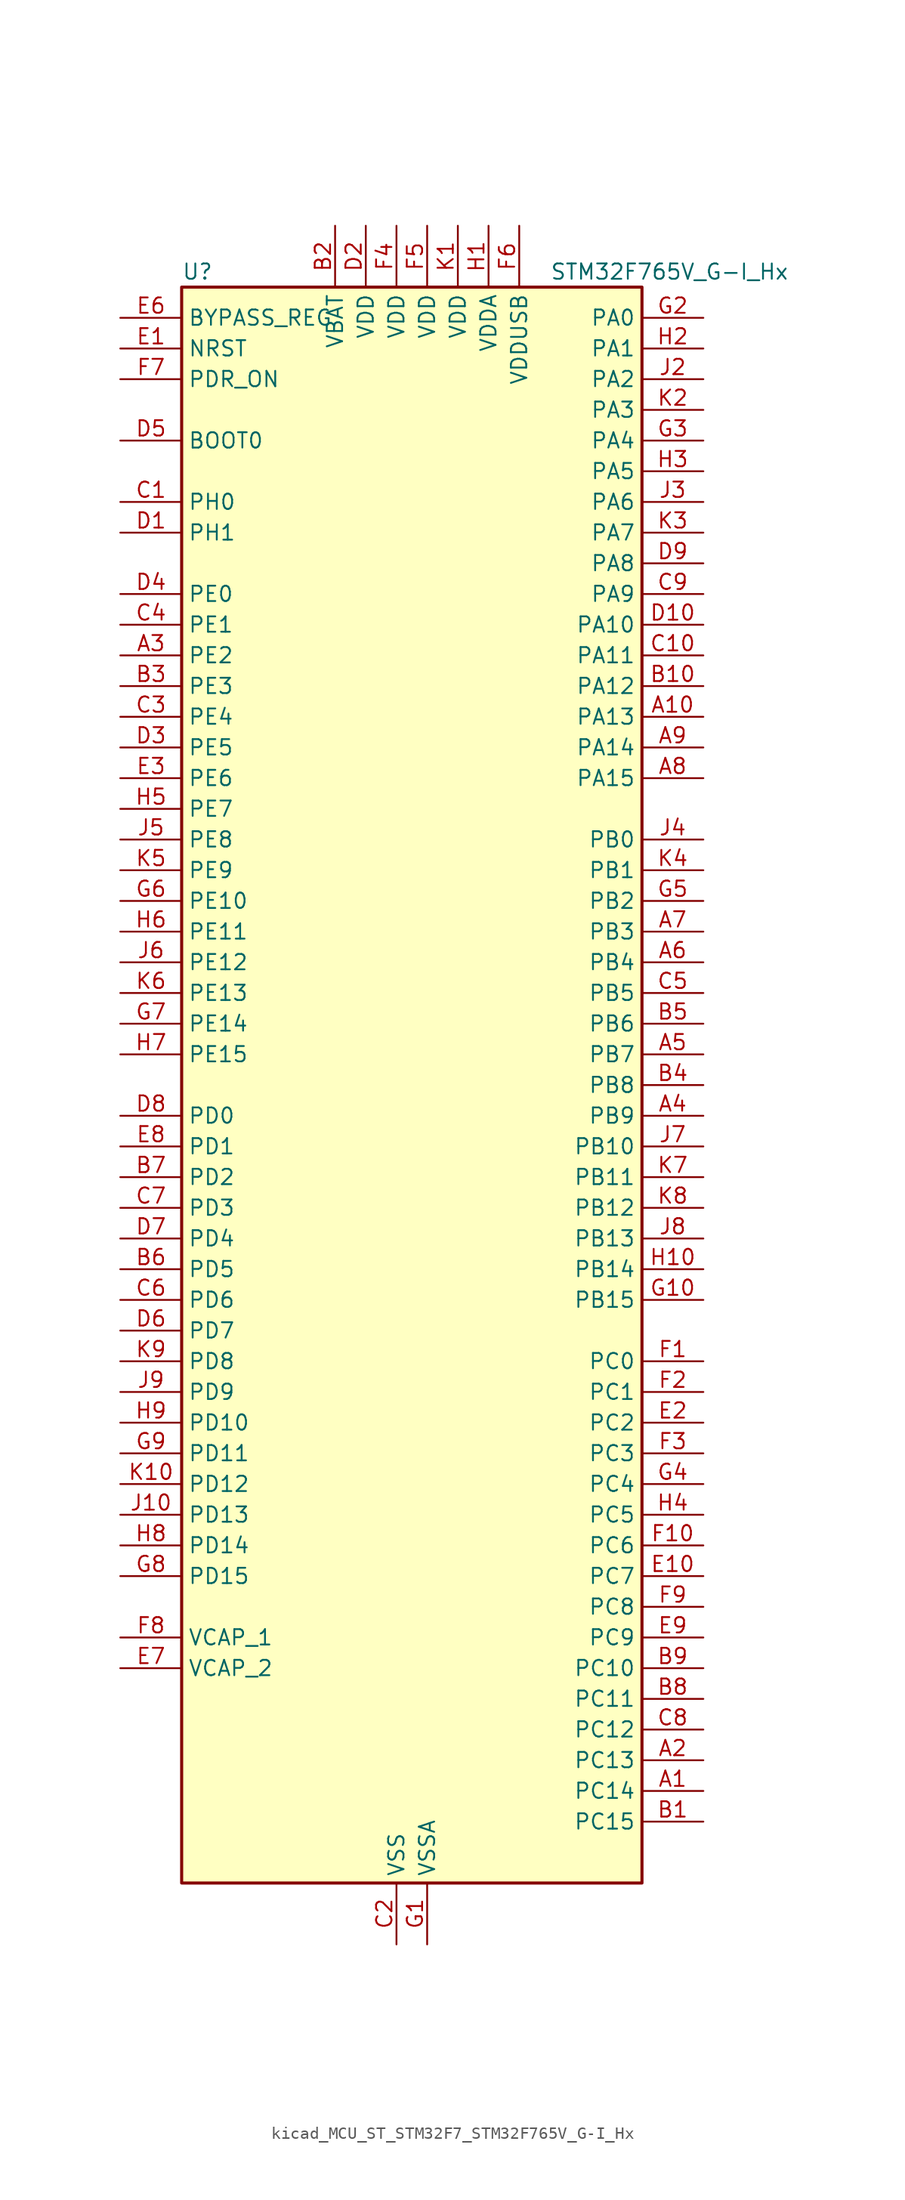
<source format=kicad_sym>
(kicad_symbol_lib
  (version 20220914)
  (generator kicad_symbol_editor)
  (symbol "kicad_MCU_ST_STM32F7_STM32F765V_G-I_Hx"
    (property "Reference" "U"
      (at -17.78 67.31 0)
      (effects (font (size 1.27 1.27)) (justify left)))
    (property "Value" "STM32F765V_G-I_Hx"
      (at 12.7 67.31 0)
      (effects (font (size 1.27 1.27)) (justify left)))
    (property "ki_locked" ""
      (at 0 0 0)
      (effects (font (size 1.27 1.27))))
    (symbol "kicad_MCU_ST_STM32F7_STM32F765V_G-I_Hx_0_1"
      (rectangle (start -17.78 -66.04) (end 20.32 66.04) (stroke (width 0.254) (type default)) (fill (type background))))
    (symbol "kicad_MCU_ST_STM32F7_STM32F765V_G-I_Hx_1_1"
      (pin bidirectional line (at 25.4 -58.42 180) (length 5.08) (name "PC14" (effects (font (size 1.27 1.27)))) (number "A1" (effects (font (size 1.27 1.27)))) (alternate "RCC_OSC32_IN" bidirectional line))
      (pin bidirectional line (at 25.4 30.48 180) (length 5.08) (name "PA13" (effects (font (size 1.27 1.27)))) (number "A10" (effects (font (size 1.27 1.27)))) (alternate "SYS_JTMS-SWDIO" bidirectional line))
      (pin bidirectional line (at 25.4 -55.88 180) (length 5.08) (name "PC13" (effects (font (size 1.27 1.27)))) (number "A2" (effects (font (size 1.27 1.27)))) (alternate "RTC_OUT" bidirectional line) (alternate "RTC_TAMP1" bidirectional line) (alternate "RTC_TS" bidirectional line) (alternate "SYS_WKUP4" bidirectional line))
      (pin bidirectional line (at -22.86 35.56 0) (length 5.08) (name "PE2" (effects (font (size 1.27 1.27)))) (number "A3" (effects (font (size 1.27 1.27)))) (alternate "ETH_TXD3" bidirectional line) (alternate "FMC_A23" bidirectional line) (alternate "QUADSPI_BK1_IO2" bidirectional line) (alternate "SAI1_MCLK_A" bidirectional line) (alternate "SPI4_SCK" bidirectional line) (alternate "SYS_TRACECLK" bidirectional line))
      (pin bidirectional line (at 25.4 -2.54 180) (length 5.08) (name "PB9" (effects (font (size 1.27 1.27)))) (number "A4" (effects (font (size 1.27 1.27)))) (alternate "CAN1_TX" bidirectional line) (alternate "DAC_EXTI9" bidirectional line) (alternate "DCMI_D7" bidirectional line) (alternate "DFSDM1_DATIN7" bidirectional line) (alternate "I2C1_SDA" bidirectional line) (alternate "I2C4_SDA" bidirectional line) (alternate "I2C4_SMBA" bidirectional line) (alternate "I2S2_WS" bidirectional line) (alternate "SDMMC1_D5" bidirectional line) (alternate "SDMMC2_D5" bidirectional line) (alternate "SPI2_NSS" bidirectional line) (alternate "TIM11_CH1" bidirectional line) (alternate "TIM4_CH4" bidirectional line) (alternate "UART5_TX" bidirectional line))
      (pin bidirectional line (at 25.4 2.54 180) (length 5.08) (name "PB7" (effects (font (size 1.27 1.27)))) (number "A5" (effects (font (size 1.27 1.27)))) (alternate "DCMI_VSYNC" bidirectional line) (alternate "DFSDM1_CKIN5" bidirectional line) (alternate "FMC_NL" bidirectional line) (alternate "I2C1_SDA" bidirectional line) (alternate "I2C4_SDA" bidirectional line) (alternate "TIM4_CH2" bidirectional line) (alternate "USART1_RX" bidirectional line))
      (pin bidirectional line (at 25.4 10.16 180) (length 5.08) (name "PB4" (effects (font (size 1.27 1.27)))) (number "A6" (effects (font (size 1.27 1.27)))) (alternate "CAN3_TX" bidirectional line) (alternate "I2S2_WS" bidirectional line) (alternate "SDMMC2_D3" bidirectional line) (alternate "SPI1_MISO" bidirectional line) (alternate "SPI2_NSS" bidirectional line) (alternate "SPI3_MISO" bidirectional line) (alternate "SPI6_MISO" bidirectional line) (alternate "SYS_JTRST" bidirectional line) (alternate "TIM3_CH1" bidirectional line) (alternate "UART7_TX" bidirectional line))
      (pin bidirectional line (at 25.4 12.7 180) (length 5.08) (name "PB3" (effects (font (size 1.27 1.27)))) (number "A7" (effects (font (size 1.27 1.27)))) (alternate "CAN3_RX" bidirectional line) (alternate "I2S1_CK" bidirectional line) (alternate "I2S3_CK" bidirectional line) (alternate "SDMMC2_D2" bidirectional line) (alternate "SPI1_SCK" bidirectional line) (alternate "SPI3_SCK" bidirectional line) (alternate "SPI6_SCK" bidirectional line) (alternate "SYS_JTDO-SWO" bidirectional line) (alternate "TIM2_CH2" bidirectional line) (alternate "UART7_RX" bidirectional line))
      (pin bidirectional line (at 25.4 25.4 180) (length 5.08) (name "PA15" (effects (font (size 1.27 1.27)))) (number "A8" (effects (font (size 1.27 1.27)))) (alternate "CAN3_TX" bidirectional line) (alternate "CEC" bidirectional line) (alternate "I2S1_WS" bidirectional line) (alternate "I2S3_WS" bidirectional line) (alternate "SPI1_NSS" bidirectional line) (alternate "SPI3_NSS" bidirectional line) (alternate "SPI6_NSS" bidirectional line) (alternate "SYS_JTDI" bidirectional line) (alternate "TIM2_CH1" bidirectional line) (alternate "TIM2_ETR" bidirectional line) (alternate "UART4_DE" bidirectional line) (alternate "UART4_RTS" bidirectional line) (alternate "UART7_TX" bidirectional line))
      (pin bidirectional line (at 25.4 27.94 180) (length 5.08) (name "PA14" (effects (font (size 1.27 1.27)))) (number "A9" (effects (font (size 1.27 1.27)))) (alternate "SYS_JTCK-SWCLK" bidirectional line))
      (pin bidirectional line (at 25.4 -60.96 180) (length 5.08) (name "PC15" (effects (font (size 1.27 1.27)))) (number "B1" (effects (font (size 1.27 1.27)))) (alternate "RCC_OSC32_OUT" bidirectional line))
      (pin bidirectional line (at 25.4 33.02 180) (length 5.08) (name "PA12" (effects (font (size 1.27 1.27)))) (number "B10" (effects (font (size 1.27 1.27)))) (alternate "CAN1_TX" bidirectional line) (alternate "I2S2_CK" bidirectional line) (alternate "SAI2_FS_B" bidirectional line) (alternate "SPI2_SCK" bidirectional line) (alternate "TIM1_ETR" bidirectional line) (alternate "UART4_TX" bidirectional line) (alternate "USART1_DE" bidirectional line) (alternate "USART1_RTS" bidirectional line) (alternate "USB_OTG_FS_DP" bidirectional line))
      (pin power_in line (at -5.08 71.12 270) (length 5.08) (name "VBAT" (effects (font (size 1.27 1.27)))) (number "B2" (effects (font (size 1.27 1.27)))))
      (pin bidirectional line (at -22.86 33.02 0) (length 5.08) (name "PE3" (effects (font (size 1.27 1.27)))) (number "B3" (effects (font (size 1.27 1.27)))) (alternate "FMC_A19" bidirectional line) (alternate "SAI1_SD_B" bidirectional line) (alternate "SYS_TRACED0" bidirectional line))
      (pin bidirectional line (at 25.4 0 180) (length 5.08) (name "PB8" (effects (font (size 1.27 1.27)))) (number "B4" (effects (font (size 1.27 1.27)))) (alternate "CAN1_RX" bidirectional line) (alternate "DCMI_D6" bidirectional line) (alternate "DFSDM1_CKIN7" bidirectional line) (alternate "ETH_TXD3" bidirectional line) (alternate "I2C1_SCL" bidirectional line) (alternate "I2C4_SCL" bidirectional line) (alternate "SDMMC1_D4" bidirectional line) (alternate "SDMMC2_D4" bidirectional line) (alternate "TIM10_CH1" bidirectional line) (alternate "TIM4_CH3" bidirectional line) (alternate "UART5_RX" bidirectional line))
      (pin bidirectional line (at 25.4 5.08 180) (length 5.08) (name "PB6" (effects (font (size 1.27 1.27)))) (number "B5" (effects (font (size 1.27 1.27)))) (alternate "CAN2_TX" bidirectional line) (alternate "CEC" bidirectional line) (alternate "DCMI_D5" bidirectional line) (alternate "DFSDM1_DATIN5" bidirectional line) (alternate "FMC_SDNE1" bidirectional line) (alternate "I2C1_SCL" bidirectional line) (alternate "I2C4_SCL" bidirectional line) (alternate "QUADSPI_BK1_NCS" bidirectional line) (alternate "TIM4_CH1" bidirectional line) (alternate "UART5_TX" bidirectional line) (alternate "USART1_TX" bidirectional line))
      (pin bidirectional line (at -22.86 -15.24 0) (length 5.08) (name "PD5" (effects (font (size 1.27 1.27)))) (number "B6" (effects (font (size 1.27 1.27)))) (alternate "FMC_NWE" bidirectional line) (alternate "USART2_TX" bidirectional line))
      (pin bidirectional line (at -22.86 -7.62 0) (length 5.08) (name "PD2" (effects (font (size 1.27 1.27)))) (number "B7" (effects (font (size 1.27 1.27)))) (alternate "DCMI_D11" bidirectional line) (alternate "SDMMC1_CMD" bidirectional line) (alternate "SYS_TRACED2" bidirectional line) (alternate "TIM3_ETR" bidirectional line) (alternate "UART5_RX" bidirectional line))
      (pin bidirectional line (at 25.4 -50.8 180) (length 5.08) (name "PC11" (effects (font (size 1.27 1.27)))) (number "B8" (effects (font (size 1.27 1.27)))) (alternate "ADC1_EXTI11" bidirectional line) (alternate "ADC2_EXTI11" bidirectional line) (alternate "ADC3_EXTI11" bidirectional line) (alternate "DCMI_D4" bidirectional line) (alternate "DFSDM1_DATIN5" bidirectional line) (alternate "QUADSPI_BK2_NCS" bidirectional line) (alternate "SDMMC1_D3" bidirectional line) (alternate "SPI3_MISO" bidirectional line) (alternate "UART4_RX" bidirectional line) (alternate "USART3_RX" bidirectional line))
      (pin bidirectional line (at 25.4 -48.26 180) (length 5.08) (name "PC10" (effects (font (size 1.27 1.27)))) (number "B9" (effects (font (size 1.27 1.27)))) (alternate "DCMI_D8" bidirectional line) (alternate "DFSDM1_CKIN5" bidirectional line) (alternate "I2S3_CK" bidirectional line) (alternate "QUADSPI_BK1_IO1" bidirectional line) (alternate "SDMMC1_D2" bidirectional line) (alternate "SPI3_SCK" bidirectional line) (alternate "UART4_TX" bidirectional line) (alternate "USART3_TX" bidirectional line))
      (pin bidirectional line (at -22.86 48.26 0) (length 5.08) (name "PH0" (effects (font (size 1.27 1.27)))) (number "C1" (effects (font (size 1.27 1.27)))) (alternate "RCC_OSC_IN" bidirectional line))
      (pin bidirectional line (at 25.4 35.56 180) (length 5.08) (name "PA11" (effects (font (size 1.27 1.27)))) (number "C10" (effects (font (size 1.27 1.27)))) (alternate "ADC1_EXTI11" bidirectional line) (alternate "ADC2_EXTI11" bidirectional line) (alternate "ADC3_EXTI11" bidirectional line) (alternate "CAN1_RX" bidirectional line) (alternate "I2S2_WS" bidirectional line) (alternate "SPI2_NSS" bidirectional line) (alternate "TIM1_CH4" bidirectional line) (alternate "UART4_RX" bidirectional line) (alternate "USART1_CTS" bidirectional line) (alternate "USB_OTG_FS_DM" bidirectional line))
      (pin power_in line (at 0 -71.12 90) (length 5.08) (name "VSS" (effects (font (size 1.27 1.27)))) (number "C2" (effects (font (size 1.27 1.27)))))
      (pin bidirectional line (at -22.86 30.48 0) (length 5.08) (name "PE4" (effects (font (size 1.27 1.27)))) (number "C3" (effects (font (size 1.27 1.27)))) (alternate "DCMI_D4" bidirectional line) (alternate "DFSDM1_DATIN3" bidirectional line) (alternate "FMC_A20" bidirectional line) (alternate "SAI1_FS_A" bidirectional line) (alternate "SPI4_NSS" bidirectional line) (alternate "SYS_TRACED1" bidirectional line))
      (pin bidirectional line (at -22.86 38.1 0) (length 5.08) (name "PE1" (effects (font (size 1.27 1.27)))) (number "C4" (effects (font (size 1.27 1.27)))) (alternate "DCMI_D3" bidirectional line) (alternate "FMC_NBL1" bidirectional line) (alternate "LPTIM1_IN2" bidirectional line) (alternate "UART8_TX" bidirectional line))
      (pin bidirectional line (at 25.4 7.62 180) (length 5.08) (name "PB5" (effects (font (size 1.27 1.27)))) (number "C5" (effects (font (size 1.27 1.27)))) (alternate "CAN2_RX" bidirectional line) (alternate "DCMI_D10" bidirectional line) (alternate "ETH_PPS_OUT" bidirectional line) (alternate "FMC_SDCKE1" bidirectional line) (alternate "I2C1_SMBA" bidirectional line) (alternate "I2S1_SD" bidirectional line) (alternate "I2S3_SD" bidirectional line) (alternate "SPI1_MOSI" bidirectional line) (alternate "SPI3_MOSI" bidirectional line) (alternate "SPI6_MOSI" bidirectional line) (alternate "TIM3_CH2" bidirectional line) (alternate "UART5_RX" bidirectional line) (alternate "USB_OTG_HS_ULPI_D7" bidirectional line))
      (pin bidirectional line (at -22.86 -17.78 0) (length 5.08) (name "PD6" (effects (font (size 1.27 1.27)))) (number "C6" (effects (font (size 1.27 1.27)))) (alternate "DCMI_D10" bidirectional line) (alternate "DFSDM1_CKIN4" bidirectional line) (alternate "DFSDM1_DATIN1" bidirectional line) (alternate "FMC_NWAIT" bidirectional line) (alternate "I2S3_SD" bidirectional line) (alternate "SAI1_SD_A" bidirectional line) (alternate "SDMMC2_CK" bidirectional line) (alternate "SPI3_MOSI" bidirectional line) (alternate "USART2_RX" bidirectional line))
      (pin bidirectional line (at -22.86 -10.16 0) (length 5.08) (name "PD3" (effects (font (size 1.27 1.27)))) (number "C7" (effects (font (size 1.27 1.27)))) (alternate "DCMI_D5" bidirectional line) (alternate "DFSDM1_CKOUT" bidirectional line) (alternate "DFSDM1_DATIN0" bidirectional line) (alternate "FMC_CLK" bidirectional line) (alternate "I2S2_CK" bidirectional line) (alternate "SPI2_SCK" bidirectional line) (alternate "USART2_CTS" bidirectional line))
      (pin bidirectional line (at 25.4 -53.34 180) (length 5.08) (name "PC12" (effects (font (size 1.27 1.27)))) (number "C8" (effects (font (size 1.27 1.27)))) (alternate "DCMI_D9" bidirectional line) (alternate "I2S3_SD" bidirectional line) (alternate "SDMMC1_CK" bidirectional line) (alternate "SPI3_MOSI" bidirectional line) (alternate "SYS_TRACED3" bidirectional line) (alternate "UART5_TX" bidirectional line) (alternate "USART3_CK" bidirectional line))
      (pin bidirectional line (at 25.4 40.64 180) (length 5.08) (name "PA9" (effects (font (size 1.27 1.27)))) (number "C9" (effects (font (size 1.27 1.27)))) (alternate "DAC_EXTI9" bidirectional line) (alternate "DCMI_D0" bidirectional line) (alternate "I2C3_SMBA" bidirectional line) (alternate "I2S2_CK" bidirectional line) (alternate "SPI2_SCK" bidirectional line) (alternate "TIM1_CH2" bidirectional line) (alternate "USART1_TX" bidirectional line) (alternate "USB_OTG_FS_VBUS" bidirectional line))
      (pin bidirectional line (at -22.86 45.72 0) (length 5.08) (name "PH1" (effects (font (size 1.27 1.27)))) (number "D1" (effects (font (size 1.27 1.27)))) (alternate "RCC_OSC_OUT" bidirectional line))
      (pin bidirectional line (at 25.4 38.1 180) (length 5.08) (name "PA10" (effects (font (size 1.27 1.27)))) (number "D10" (effects (font (size 1.27 1.27)))) (alternate "DCMI_D1" bidirectional line) (alternate "MDIOS_MDIO" bidirectional line) (alternate "TIM1_CH3" bidirectional line) (alternate "USART1_RX" bidirectional line) (alternate "USB_OTG_FS_ID" bidirectional line))
      (pin power_in line (at -2.54 71.12 270) (length 5.08) (name "VDD" (effects (font (size 1.27 1.27)))) (number "D2" (effects (font (size 1.27 1.27)))))
      (pin bidirectional line (at -22.86 27.94 0) (length 5.08) (name "PE5" (effects (font (size 1.27 1.27)))) (number "D3" (effects (font (size 1.27 1.27)))) (alternate "DCMI_D6" bidirectional line) (alternate "DFSDM1_CKIN3" bidirectional line) (alternate "FMC_A21" bidirectional line) (alternate "SAI1_SCK_A" bidirectional line) (alternate "SPI4_MISO" bidirectional line) (alternate "SYS_TRACED2" bidirectional line) (alternate "TIM9_CH1" bidirectional line))
      (pin bidirectional line (at -22.86 40.64 0) (length 5.08) (name "PE0" (effects (font (size 1.27 1.27)))) (number "D4" (effects (font (size 1.27 1.27)))) (alternate "DCMI_D2" bidirectional line) (alternate "FMC_NBL0" bidirectional line) (alternate "LPTIM1_ETR" bidirectional line) (alternate "SAI2_MCLK_A" bidirectional line) (alternate "TIM4_ETR" bidirectional line) (alternate "UART8_RX" bidirectional line))
      (pin input line (at -22.86 53.34 0) (length 5.08) (name "BOOT0" (effects (font (size 1.27 1.27)))) (number "D5" (effects (font (size 1.27 1.27)))))
      (pin bidirectional line (at -22.86 -20.32 0) (length 5.08) (name "PD7" (effects (font (size 1.27 1.27)))) (number "D6" (effects (font (size 1.27 1.27)))) (alternate "DFSDM1_CKIN1" bidirectional line) (alternate "DFSDM1_DATIN4" bidirectional line) (alternate "FMC_NE1" bidirectional line) (alternate "I2S1_SD" bidirectional line) (alternate "SDMMC2_CMD" bidirectional line) (alternate "SPDIFRX_IN0" bidirectional line) (alternate "SPI1_MOSI" bidirectional line) (alternate "USART2_CK" bidirectional line))
      (pin bidirectional line (at -22.86 -12.7 0) (length 5.08) (name "PD4" (effects (font (size 1.27 1.27)))) (number "D7" (effects (font (size 1.27 1.27)))) (alternate "DFSDM1_CKIN0" bidirectional line) (alternate "FMC_NOE" bidirectional line) (alternate "USART2_DE" bidirectional line) (alternate "USART2_RTS" bidirectional line))
      (pin bidirectional line (at -22.86 -2.54 0) (length 5.08) (name "PD0" (effects (font (size 1.27 1.27)))) (number "D8" (effects (font (size 1.27 1.27)))) (alternate "CAN1_RX" bidirectional line) (alternate "DFSDM1_CKIN6" bidirectional line) (alternate "DFSDM1_DATIN7" bidirectional line) (alternate "FMC_D2" bidirectional line) (alternate "FMC_DA2" bidirectional line) (alternate "UART4_RX" bidirectional line))
      (pin bidirectional line (at 25.4 43.18 180) (length 5.08) (name "PA8" (effects (font (size 1.27 1.27)))) (number "D9" (effects (font (size 1.27 1.27)))) (alternate "CAN3_RX" bidirectional line) (alternate "I2C3_SCL" bidirectional line) (alternate "RCC_MCO_1" bidirectional line) (alternate "TIM1_CH1" bidirectional line) (alternate "TIM8_BKIN2" bidirectional line) (alternate "UART7_RX" bidirectional line) (alternate "USART1_CK" bidirectional line) (alternate "USB_OTG_FS_SOF" bidirectional line))
      (pin input line (at -22.86 60.96 0) (length 5.08) (name "NRST" (effects (font (size 1.27 1.27)))) (number "E1" (effects (font (size 1.27 1.27)))))
      (pin bidirectional line (at 25.4 -40.64 180) (length 5.08) (name "PC7" (effects (font (size 1.27 1.27)))) (number "E10" (effects (font (size 1.27 1.27)))) (alternate "DCMI_D1" bidirectional line) (alternate "DFSDM1_DATIN3" bidirectional line) (alternate "FMC_NE1" bidirectional line) (alternate "I2S3_MCK" bidirectional line) (alternate "SDMMC1_D7" bidirectional line) (alternate "SDMMC2_D7" bidirectional line) (alternate "TIM3_CH2" bidirectional line) (alternate "TIM8_CH2" bidirectional line) (alternate "USART6_RX" bidirectional line))
      (pin bidirectional line (at 25.4 -27.94 180) (length 5.08) (name "PC2" (effects (font (size 1.27 1.27)))) (number "E2" (effects (font (size 1.27 1.27)))) (alternate "ADC1_IN12" bidirectional line) (alternate "ADC2_IN12" bidirectional line) (alternate "ADC3_IN12" bidirectional line) (alternate "DFSDM1_CKIN1" bidirectional line) (alternate "DFSDM1_CKOUT" bidirectional line) (alternate "ETH_TXD2" bidirectional line) (alternate "FMC_SDNE0" bidirectional line) (alternate "SPI2_MISO" bidirectional line) (alternate "USB_OTG_HS_ULPI_DIR" bidirectional line))
      (pin bidirectional line (at -22.86 25.4 0) (length 5.08) (name "PE6" (effects (font (size 1.27 1.27)))) (number "E3" (effects (font (size 1.27 1.27)))) (alternate "DCMI_D7" bidirectional line) (alternate "FMC_A22" bidirectional line) (alternate "SAI1_SD_A" bidirectional line) (alternate "SAI2_MCLK_B" bidirectional line) (alternate "SPI4_MOSI" bidirectional line) (alternate "SYS_TRACED3" bidirectional line) (alternate "TIM1_BKIN2" bidirectional line) (alternate "TIM9_CH2" bidirectional line))
      (pin passive line (at 0 -71.12 90) (length 5.08) hide (name "VSS" (effects (font (size 1.27 1.27)))) (number "E4" (effects (font (size 1.27 1.27)))))
      (pin passive line (at 0 -71.12 90) (length 5.08) hide (name "VSS" (effects (font (size 1.27 1.27)))) (number "E5" (effects (font (size 1.27 1.27)))))
      (pin input line (at -22.86 63.5 0) (length 5.08) (name "BYPASS_REG" (effects (font (size 1.27 1.27)))) (number "E6" (effects (font (size 1.27 1.27)))))
      (pin power_out line (at -22.86 -48.26 0) (length 5.08) (name "VCAP_2" (effects (font (size 1.27 1.27)))) (number "E7" (effects (font (size 1.27 1.27)))))
      (pin bidirectional line (at -22.86 -5.08 0) (length 5.08) (name "PD1" (effects (font (size 1.27 1.27)))) (number "E8" (effects (font (size 1.27 1.27)))) (alternate "CAN1_TX" bidirectional line) (alternate "DFSDM1_CKIN7" bidirectional line) (alternate "DFSDM1_DATIN6" bidirectional line) (alternate "FMC_D3" bidirectional line) (alternate "FMC_DA3" bidirectional line) (alternate "UART4_TX" bidirectional line))
      (pin bidirectional line (at 25.4 -45.72 180) (length 5.08) (name "PC9" (effects (font (size 1.27 1.27)))) (number "E9" (effects (font (size 1.27 1.27)))) (alternate "DAC_EXTI9" bidirectional line) (alternate "DCMI_D3" bidirectional line) (alternate "I2C3_SDA" bidirectional line) (alternate "I2S_CKIN" bidirectional line) (alternate "QUADSPI_BK1_IO0" bidirectional line) (alternate "RCC_MCO_2" bidirectional line) (alternate "SDMMC1_D1" bidirectional line) (alternate "TIM3_CH4" bidirectional line) (alternate "TIM8_CH4" bidirectional line) (alternate "UART5_CTS" bidirectional line))
      (pin bidirectional line (at 25.4 -22.86 180) (length 5.08) (name "PC0" (effects (font (size 1.27 1.27)))) (number "F1" (effects (font (size 1.27 1.27)))) (alternate "ADC1_IN10" bidirectional line) (alternate "ADC2_IN10" bidirectional line) (alternate "ADC3_IN10" bidirectional line) (alternate "DFSDM1_CKIN0" bidirectional line) (alternate "DFSDM1_DATIN4" bidirectional line) (alternate "FMC_SDNWE" bidirectional line) (alternate "SAI2_FS_B" bidirectional line) (alternate "USB_OTG_HS_ULPI_STP" bidirectional line))
      (pin bidirectional line (at 25.4 -38.1 180) (length 5.08) (name "PC6" (effects (font (size 1.27 1.27)))) (number "F10" (effects (font (size 1.27 1.27)))) (alternate "DCMI_D0" bidirectional line) (alternate "DFSDM1_CKIN3" bidirectional line) (alternate "FMC_NWAIT" bidirectional line) (alternate "I2S2_MCK" bidirectional line) (alternate "SDMMC1_D6" bidirectional line) (alternate "SDMMC2_D6" bidirectional line) (alternate "TIM3_CH1" bidirectional line) (alternate "TIM8_CH1" bidirectional line) (alternate "USART6_TX" bidirectional line))
      (pin bidirectional line (at 25.4 -25.4 180) (length 5.08) (name "PC1" (effects (font (size 1.27 1.27)))) (number "F2" (effects (font (size 1.27 1.27)))) (alternate "ADC1_IN11" bidirectional line) (alternate "ADC2_IN11" bidirectional line) (alternate "ADC3_IN11" bidirectional line) (alternate "DFSDM1_CKIN4" bidirectional line) (alternate "DFSDM1_DATIN0" bidirectional line) (alternate "ETH_MDC" bidirectional line) (alternate "I2S2_SD" bidirectional line) (alternate "MDIOS_MDC" bidirectional line) (alternate "RTC_TAMP3" bidirectional line) (alternate "RTC_TS" bidirectional line) (alternate "SAI1_SD_A" bidirectional line) (alternate "SPI2_MOSI" bidirectional line) (alternate "SYS_TRACED0" bidirectional line) (alternate "SYS_WKUP3" bidirectional line))
      (pin bidirectional line (at 25.4 -30.48 180) (length 5.08) (name "PC3" (effects (font (size 1.27 1.27)))) (number "F3" (effects (font (size 1.27 1.27)))) (alternate "ADC1_IN13" bidirectional line) (alternate "ADC2_IN13" bidirectional line) (alternate "ADC3_IN13" bidirectional line) (alternate "DFSDM1_DATIN1" bidirectional line) (alternate "ETH_TX_CLK" bidirectional line) (alternate "FMC_SDCKE0" bidirectional line) (alternate "I2S2_SD" bidirectional line) (alternate "SPI2_MOSI" bidirectional line) (alternate "USB_OTG_HS_ULPI_NXT" bidirectional line))
      (pin power_in line (at 0 71.12 270) (length 5.08) (name "VDD" (effects (font (size 1.27 1.27)))) (number "F4" (effects (font (size 1.27 1.27)))))
      (pin power_in line (at 2.54 71.12 270) (length 5.08) (name "VDD" (effects (font (size 1.27 1.27)))) (number "F5" (effects (font (size 1.27 1.27)))))
      (pin power_in line (at 10.16 71.12 270) (length 5.08) (name "VDDUSB" (effects (font (size 1.27 1.27)))) (number "F6" (effects (font (size 1.27 1.27)))))
      (pin input line (at -22.86 58.42 0) (length 5.08) (name "PDR_ON" (effects (font (size 1.27 1.27)))) (number "F7" (effects (font (size 1.27 1.27)))))
      (pin power_out line (at -22.86 -45.72 0) (length 5.08) (name "VCAP_1" (effects (font (size 1.27 1.27)))) (number "F8" (effects (font (size 1.27 1.27)))))
      (pin bidirectional line (at 25.4 -43.18 180) (length 5.08) (name "PC8" (effects (font (size 1.27 1.27)))) (number "F9" (effects (font (size 1.27 1.27)))) (alternate "DCMI_D2" bidirectional line) (alternate "FMC_NCE" bidirectional line) (alternate "FMC_NE2" bidirectional line) (alternate "SDMMC1_D0" bidirectional line) (alternate "SYS_TRACED1" bidirectional line) (alternate "TIM3_CH3" bidirectional line) (alternate "TIM8_CH3" bidirectional line) (alternate "UART5_DE" bidirectional line) (alternate "UART5_RTS" bidirectional line) (alternate "USART6_CK" bidirectional line))
      (pin power_in line (at 2.54 -71.12 90) (length 5.08) (name "VSSA" (effects (font (size 1.27 1.27)))) (number "G1" (effects (font (size 1.27 1.27)))))
      (pin bidirectional line (at 25.4 -17.78 180) (length 5.08) (name "PB15" (effects (font (size 1.27 1.27)))) (number "G10" (effects (font (size 1.27 1.27)))) (alternate "DFSDM1_CKIN2" bidirectional line) (alternate "I2S2_SD" bidirectional line) (alternate "RTC_REFIN" bidirectional line) (alternate "SDMMC2_D1" bidirectional line) (alternate "SPI2_MOSI" bidirectional line) (alternate "TIM12_CH2" bidirectional line) (alternate "TIM1_CH3N" bidirectional line) (alternate "TIM8_CH3N" bidirectional line) (alternate "UART4_CTS" bidirectional line) (alternate "USART1_RX" bidirectional line) (alternate "USB_OTG_HS_DP" bidirectional line))
      (pin bidirectional line (at 25.4 63.5 180) (length 5.08) (name "PA0" (effects (font (size 1.27 1.27)))) (number "G2" (effects (font (size 1.27 1.27)))) (alternate "ADC1_IN0" bidirectional line) (alternate "ADC2_IN0" bidirectional line) (alternate "ADC3_IN0" bidirectional line) (alternate "ETH_CRS" bidirectional line) (alternate "SAI2_SD_B" bidirectional line) (alternate "SYS_WKUP1" bidirectional line) (alternate "TIM2_CH1" bidirectional line) (alternate "TIM2_ETR" bidirectional line) (alternate "TIM5_CH1" bidirectional line) (alternate "TIM8_ETR" bidirectional line) (alternate "UART4_TX" bidirectional line) (alternate "USART2_CTS" bidirectional line))
      (pin bidirectional line (at 25.4 53.34 180) (length 5.08) (name "PA4" (effects (font (size 1.27 1.27)))) (number "G3" (effects (font (size 1.27 1.27)))) (alternate "ADC1_IN4" bidirectional line) (alternate "ADC2_IN4" bidirectional line) (alternate "DAC_OUT1" bidirectional line) (alternate "DCMI_HSYNC" bidirectional line) (alternate "I2S1_WS" bidirectional line) (alternate "I2S3_WS" bidirectional line) (alternate "SPI1_NSS" bidirectional line) (alternate "SPI3_NSS" bidirectional line) (alternate "SPI6_NSS" bidirectional line) (alternate "USART2_CK" bidirectional line) (alternate "USB_OTG_HS_SOF" bidirectional line))
      (pin bidirectional line (at 25.4 -33.02 180) (length 5.08) (name "PC4" (effects (font (size 1.27 1.27)))) (number "G4" (effects (font (size 1.27 1.27)))) (alternate "ADC1_IN14" bidirectional line) (alternate "ADC2_IN14" bidirectional line) (alternate "DFSDM1_CKIN2" bidirectional line) (alternate "ETH_RXD0" bidirectional line) (alternate "FMC_SDNE0" bidirectional line) (alternate "I2S1_MCK" bidirectional line) (alternate "SPDIFRX_IN2" bidirectional line))
      (pin bidirectional line (at 25.4 15.24 180) (length 5.08) (name "PB2" (effects (font (size 1.27 1.27)))) (number "G5" (effects (font (size 1.27 1.27)))) (alternate "DFSDM1_CKIN1" bidirectional line) (alternate "I2S3_SD" bidirectional line) (alternate "QUADSPI_CLK" bidirectional line) (alternate "SAI1_SD_A" bidirectional line) (alternate "SPI3_MOSI" bidirectional line))
      (pin bidirectional line (at -22.86 15.24 0) (length 5.08) (name "PE10" (effects (font (size 1.27 1.27)))) (number "G6" (effects (font (size 1.27 1.27)))) (alternate "DFSDM1_DATIN4" bidirectional line) (alternate "FMC_D7" bidirectional line) (alternate "FMC_DA7" bidirectional line) (alternate "QUADSPI_BK2_IO3" bidirectional line) (alternate "TIM1_CH2N" bidirectional line) (alternate "UART7_CTS" bidirectional line))
      (pin bidirectional line (at -22.86 5.08 0) (length 5.08) (name "PE14" (effects (font (size 1.27 1.27)))) (number "G7" (effects (font (size 1.27 1.27)))) (alternate "FMC_D11" bidirectional line) (alternate "FMC_DA11" bidirectional line) (alternate "SAI2_MCLK_B" bidirectional line) (alternate "SPI4_MOSI" bidirectional line) (alternate "TIM1_CH4" bidirectional line))
      (pin bidirectional line (at -22.86 -40.64 0) (length 5.08) (name "PD15" (effects (font (size 1.27 1.27)))) (number "G8" (effects (font (size 1.27 1.27)))) (alternate "FMC_D1" bidirectional line) (alternate "FMC_DA1" bidirectional line) (alternate "TIM4_CH4" bidirectional line) (alternate "UART8_DE" bidirectional line) (alternate "UART8_RTS" bidirectional line))
      (pin bidirectional line (at -22.86 -30.48 0) (length 5.08) (name "PD11" (effects (font (size 1.27 1.27)))) (number "G9" (effects (font (size 1.27 1.27)))) (alternate "ADC1_EXTI11" bidirectional line) (alternate "ADC2_EXTI11" bidirectional line) (alternate "ADC3_EXTI11" bidirectional line) (alternate "FMC_A16" bidirectional line) (alternate "FMC_CLE" bidirectional line) (alternate "I2C4_SMBA" bidirectional line) (alternate "QUADSPI_BK1_IO0" bidirectional line) (alternate "SAI2_SD_A" bidirectional line) (alternate "USART3_CTS" bidirectional line))
      (pin power_in line (at 7.62 71.12 270) (length 5.08) (name "VDDA" (effects (font (size 1.27 1.27)))) (number "H1" (effects (font (size 1.27 1.27)))))
      (pin bidirectional line (at 25.4 -15.24 180) (length 5.08) (name "PB14" (effects (font (size 1.27 1.27)))) (number "H10" (effects (font (size 1.27 1.27)))) (alternate "DFSDM1_DATIN2" bidirectional line) (alternate "SDMMC2_D0" bidirectional line) (alternate "SPI2_MISO" bidirectional line) (alternate "TIM12_CH1" bidirectional line) (alternate "TIM1_CH2N" bidirectional line) (alternate "TIM8_CH2N" bidirectional line) (alternate "UART4_DE" bidirectional line) (alternate "UART4_RTS" bidirectional line) (alternate "USART1_TX" bidirectional line) (alternate "USART3_DE" bidirectional line) (alternate "USART3_RTS" bidirectional line) (alternate "USB_OTG_HS_DM" bidirectional line))
      (pin bidirectional line (at 25.4 60.96 180) (length 5.08) (name "PA1" (effects (font (size 1.27 1.27)))) (number "H2" (effects (font (size 1.27 1.27)))) (alternate "ADC1_IN1" bidirectional line) (alternate "ADC2_IN1" bidirectional line) (alternate "ADC3_IN1" bidirectional line) (alternate "ETH_REF_CLK" bidirectional line) (alternate "ETH_RX_CLK" bidirectional line) (alternate "QUADSPI_BK1_IO3" bidirectional line) (alternate "SAI2_MCLK_B" bidirectional line) (alternate "TIM2_CH2" bidirectional line) (alternate "TIM5_CH2" bidirectional line) (alternate "UART4_RX" bidirectional line) (alternate "USART2_DE" bidirectional line) (alternate "USART2_RTS" bidirectional line))
      (pin bidirectional line (at 25.4 50.8 180) (length 5.08) (name "PA5" (effects (font (size 1.27 1.27)))) (number "H3" (effects (font (size 1.27 1.27)))) (alternate "ADC1_IN5" bidirectional line) (alternate "ADC2_IN5" bidirectional line) (alternate "DAC_OUT2" bidirectional line) (alternate "I2S1_CK" bidirectional line) (alternate "SPI1_SCK" bidirectional line) (alternate "SPI6_SCK" bidirectional line) (alternate "TIM2_CH1" bidirectional line) (alternate "TIM2_ETR" bidirectional line) (alternate "TIM8_CH1N" bidirectional line) (alternate "USB_OTG_HS_ULPI_CK" bidirectional line))
      (pin bidirectional line (at 25.4 -35.56 180) (length 5.08) (name "PC5" (effects (font (size 1.27 1.27)))) (number "H4" (effects (font (size 1.27 1.27)))) (alternate "ADC1_IN15" bidirectional line) (alternate "ADC2_IN15" bidirectional line) (alternate "DFSDM1_DATIN2" bidirectional line) (alternate "ETH_RXD1" bidirectional line) (alternate "FMC_SDCKE0" bidirectional line) (alternate "SPDIFRX_IN3" bidirectional line))
      (pin bidirectional line (at -22.86 22.86 0) (length 5.08) (name "PE7" (effects (font (size 1.27 1.27)))) (number "H5" (effects (font (size 1.27 1.27)))) (alternate "DFSDM1_DATIN2" bidirectional line) (alternate "FMC_D4" bidirectional line) (alternate "FMC_DA4" bidirectional line) (alternate "QUADSPI_BK2_IO0" bidirectional line) (alternate "TIM1_ETR" bidirectional line) (alternate "UART7_RX" bidirectional line))
      (pin bidirectional line (at -22.86 12.7 0) (length 5.08) (name "PE11" (effects (font (size 1.27 1.27)))) (number "H6" (effects (font (size 1.27 1.27)))) (alternate "ADC1_EXTI11" bidirectional line) (alternate "ADC2_EXTI11" bidirectional line) (alternate "ADC3_EXTI11" bidirectional line) (alternate "DFSDM1_CKIN4" bidirectional line) (alternate "FMC_D8" bidirectional line) (alternate "FMC_DA8" bidirectional line) (alternate "SAI2_SD_B" bidirectional line) (alternate "SPI4_NSS" bidirectional line) (alternate "TIM1_CH2" bidirectional line))
      (pin bidirectional line (at -22.86 2.54 0) (length 5.08) (name "PE15" (effects (font (size 1.27 1.27)))) (number "H7" (effects (font (size 1.27 1.27)))) (alternate "FMC_D12" bidirectional line) (alternate "FMC_DA12" bidirectional line) (alternate "TIM1_BKIN" bidirectional line))
      (pin bidirectional line (at -22.86 -38.1 0) (length 5.08) (name "PD14" (effects (font (size 1.27 1.27)))) (number "H8" (effects (font (size 1.27 1.27)))) (alternate "FMC_D0" bidirectional line) (alternate "FMC_DA0" bidirectional line) (alternate "TIM4_CH3" bidirectional line) (alternate "UART8_CTS" bidirectional line))
      (pin bidirectional line (at -22.86 -27.94 0) (length 5.08) (name "PD10" (effects (font (size 1.27 1.27)))) (number "H9" (effects (font (size 1.27 1.27)))) (alternate "DFSDM1_CKOUT" bidirectional line) (alternate "FMC_D15" bidirectional line) (alternate "FMC_DA15" bidirectional line) (alternate "USART3_CK" bidirectional line))
      (pin passive line (at 0 -71.12 90) (length 5.08) hide (name "VSS" (effects (font (size 1.27 1.27)))) (number "J1" (effects (font (size 1.27 1.27)))))
      (pin bidirectional line (at -22.86 -35.56 0) (length 5.08) (name "PD13" (effects (font (size 1.27 1.27)))) (number "J10" (effects (font (size 1.27 1.27)))) (alternate "FMC_A18" bidirectional line) (alternate "I2C4_SDA" bidirectional line) (alternate "LPTIM1_OUT" bidirectional line) (alternate "QUADSPI_BK1_IO3" bidirectional line) (alternate "SAI2_SCK_A" bidirectional line) (alternate "TIM4_CH2" bidirectional line))
      (pin bidirectional line (at 25.4 58.42 180) (length 5.08) (name "PA2" (effects (font (size 1.27 1.27)))) (number "J2" (effects (font (size 1.27 1.27)))) (alternate "ADC1_IN2" bidirectional line) (alternate "ADC2_IN2" bidirectional line) (alternate "ADC3_IN2" bidirectional line) (alternate "ETH_MDIO" bidirectional line) (alternate "MDIOS_MDIO" bidirectional line) (alternate "SAI2_SCK_B" bidirectional line) (alternate "SYS_WKUP2" bidirectional line) (alternate "TIM2_CH3" bidirectional line) (alternate "TIM5_CH3" bidirectional line) (alternate "TIM9_CH1" bidirectional line) (alternate "USART2_TX" bidirectional line))
      (pin bidirectional line (at 25.4 48.26 180) (length 5.08) (name "PA6" (effects (font (size 1.27 1.27)))) (number "J3" (effects (font (size 1.27 1.27)))) (alternate "ADC1_IN6" bidirectional line) (alternate "ADC2_IN6" bidirectional line) (alternate "DCMI_PIXCLK" bidirectional line) (alternate "MDIOS_MDC" bidirectional line) (alternate "SPI1_MISO" bidirectional line) (alternate "SPI6_MISO" bidirectional line) (alternate "TIM13_CH1" bidirectional line) (alternate "TIM1_BKIN" bidirectional line) (alternate "TIM3_CH1" bidirectional line) (alternate "TIM8_BKIN" bidirectional line))
      (pin bidirectional line (at 25.4 20.32 180) (length 5.08) (name "PB0" (effects (font (size 1.27 1.27)))) (number "J4" (effects (font (size 1.27 1.27)))) (alternate "ADC1_IN8" bidirectional line) (alternate "ADC2_IN8" bidirectional line) (alternate "DFSDM1_CKOUT" bidirectional line) (alternate "ETH_RXD2" bidirectional line) (alternate "TIM1_CH2N" bidirectional line) (alternate "TIM3_CH3" bidirectional line) (alternate "TIM8_CH2N" bidirectional line) (alternate "UART4_CTS" bidirectional line) (alternate "USB_OTG_HS_ULPI_D1" bidirectional line))
      (pin bidirectional line (at -22.86 20.32 0) (length 5.08) (name "PE8" (effects (font (size 1.27 1.27)))) (number "J5" (effects (font (size 1.27 1.27)))) (alternate "DFSDM1_CKIN2" bidirectional line) (alternate "FMC_D5" bidirectional line) (alternate "FMC_DA5" bidirectional line) (alternate "QUADSPI_BK2_IO1" bidirectional line) (alternate "TIM1_CH1N" bidirectional line) (alternate "UART7_TX" bidirectional line))
      (pin bidirectional line (at -22.86 10.16 0) (length 5.08) (name "PE12" (effects (font (size 1.27 1.27)))) (number "J6" (effects (font (size 1.27 1.27)))) (alternate "DFSDM1_DATIN5" bidirectional line) (alternate "FMC_D9" bidirectional line) (alternate "FMC_DA9" bidirectional line) (alternate "SAI2_SCK_B" bidirectional line) (alternate "SPI4_SCK" bidirectional line) (alternate "TIM1_CH3N" bidirectional line))
      (pin bidirectional line (at 25.4 -5.08 180) (length 5.08) (name "PB10" (effects (font (size 1.27 1.27)))) (number "J7" (effects (font (size 1.27 1.27)))) (alternate "DFSDM1_DATIN7" bidirectional line) (alternate "ETH_RX_ER" bidirectional line) (alternate "I2C2_SCL" bidirectional line) (alternate "I2S2_CK" bidirectional line) (alternate "QUADSPI_BK1_NCS" bidirectional line) (alternate "SPI2_SCK" bidirectional line) (alternate "TIM2_CH3" bidirectional line) (alternate "USART3_TX" bidirectional line) (alternate "USB_OTG_HS_ULPI_D3" bidirectional line))
      (pin bidirectional line (at 25.4 -12.7 180) (length 5.08) (name "PB13" (effects (font (size 1.27 1.27)))) (number "J8" (effects (font (size 1.27 1.27)))) (alternate "CAN2_TX" bidirectional line) (alternate "DFSDM1_CKIN1" bidirectional line) (alternate "ETH_TXD1" bidirectional line) (alternate "I2S2_CK" bidirectional line) (alternate "SPI2_SCK" bidirectional line) (alternate "TIM1_CH1N" bidirectional line) (alternate "UART5_TX" bidirectional line) (alternate "USART3_CTS" bidirectional line) (alternate "USB_OTG_HS_ULPI_D6" bidirectional line) (alternate "USB_OTG_HS_VBUS" bidirectional line))
      (pin bidirectional line (at -22.86 -25.4 0) (length 5.08) (name "PD9" (effects (font (size 1.27 1.27)))) (number "J9" (effects (font (size 1.27 1.27)))) (alternate "DAC_EXTI9" bidirectional line) (alternate "DFSDM1_DATIN3" bidirectional line) (alternate "FMC_D14" bidirectional line) (alternate "FMC_DA14" bidirectional line) (alternate "USART3_RX" bidirectional line))
      (pin power_in line (at 5.08 71.12 270) (length 5.08) (name "VDD" (effects (font (size 1.27 1.27)))) (number "K1" (effects (font (size 1.27 1.27)))))
      (pin bidirectional line (at -22.86 -33.02 0) (length 5.08) (name "PD12" (effects (font (size 1.27 1.27)))) (number "K10" (effects (font (size 1.27 1.27)))) (alternate "FMC_A17" bidirectional line) (alternate "FMC_ALE" bidirectional line) (alternate "I2C4_SCL" bidirectional line) (alternate "LPTIM1_IN1" bidirectional line) (alternate "QUADSPI_BK1_IO1" bidirectional line) (alternate "SAI2_FS_A" bidirectional line) (alternate "TIM4_CH1" bidirectional line) (alternate "USART3_DE" bidirectional line) (alternate "USART3_RTS" bidirectional line))
      (pin bidirectional line (at 25.4 55.88 180) (length 5.08) (name "PA3" (effects (font (size 1.27 1.27)))) (number "K2" (effects (font (size 1.27 1.27)))) (alternate "ADC1_IN3" bidirectional line) (alternate "ADC2_IN3" bidirectional line) (alternate "ADC3_IN3" bidirectional line) (alternate "ETH_COL" bidirectional line) (alternate "TIM2_CH4" bidirectional line) (alternate "TIM5_CH4" bidirectional line) (alternate "TIM9_CH2" bidirectional line) (alternate "USART2_RX" bidirectional line) (alternate "USB_OTG_HS_ULPI_D0" bidirectional line))
      (pin bidirectional line (at 25.4 45.72 180) (length 5.08) (name "PA7" (effects (font (size 1.27 1.27)))) (number "K3" (effects (font (size 1.27 1.27)))) (alternate "ADC1_IN7" bidirectional line) (alternate "ADC2_IN7" bidirectional line) (alternate "ETH_CRS_DV" bidirectional line) (alternate "ETH_RX_DV" bidirectional line) (alternate "FMC_SDNWE" bidirectional line) (alternate "I2S1_SD" bidirectional line) (alternate "SPI1_MOSI" bidirectional line) (alternate "SPI6_MOSI" bidirectional line) (alternate "TIM14_CH1" bidirectional line) (alternate "TIM1_CH1N" bidirectional line) (alternate "TIM3_CH2" bidirectional line) (alternate "TIM8_CH1N" bidirectional line))
      (pin bidirectional line (at 25.4 17.78 180) (length 5.08) (name "PB1" (effects (font (size 1.27 1.27)))) (number "K4" (effects (font (size 1.27 1.27)))) (alternate "ADC1_IN9" bidirectional line) (alternate "ADC2_IN9" bidirectional line) (alternate "DFSDM1_DATIN1" bidirectional line) (alternate "ETH_RXD3" bidirectional line) (alternate "TIM1_CH3N" bidirectional line) (alternate "TIM3_CH4" bidirectional line) (alternate "TIM8_CH3N" bidirectional line) (alternate "USB_OTG_HS_ULPI_D2" bidirectional line))
      (pin bidirectional line (at -22.86 17.78 0) (length 5.08) (name "PE9" (effects (font (size 1.27 1.27)))) (number "K5" (effects (font (size 1.27 1.27)))) (alternate "DAC_EXTI9" bidirectional line) (alternate "DFSDM1_CKOUT" bidirectional line) (alternate "FMC_D6" bidirectional line) (alternate "FMC_DA6" bidirectional line) (alternate "QUADSPI_BK2_IO2" bidirectional line) (alternate "TIM1_CH1" bidirectional line) (alternate "UART7_DE" bidirectional line) (alternate "UART7_RTS" bidirectional line))
      (pin bidirectional line (at -22.86 7.62 0) (length 5.08) (name "PE13" (effects (font (size 1.27 1.27)))) (number "K6" (effects (font (size 1.27 1.27)))) (alternate "DFSDM1_CKIN5" bidirectional line) (alternate "FMC_D10" bidirectional line) (alternate "FMC_DA10" bidirectional line) (alternate "SAI2_FS_B" bidirectional line) (alternate "SPI4_MISO" bidirectional line) (alternate "TIM1_CH3" bidirectional line))
      (pin bidirectional line (at 25.4 -7.62 180) (length 5.08) (name "PB11" (effects (font (size 1.27 1.27)))) (number "K7" (effects (font (size 1.27 1.27)))) (alternate "ADC1_EXTI11" bidirectional line) (alternate "ADC2_EXTI11" bidirectional line) (alternate "ADC3_EXTI11" bidirectional line) (alternate "DFSDM1_CKIN7" bidirectional line) (alternate "ETH_TX_EN" bidirectional line) (alternate "I2C2_SDA" bidirectional line) (alternate "TIM2_CH4" bidirectional line) (alternate "USART3_RX" bidirectional line) (alternate "USB_OTG_HS_ULPI_D4" bidirectional line))
      (pin bidirectional line (at 25.4 -10.16 180) (length 5.08) (name "PB12" (effects (font (size 1.27 1.27)))) (number "K8" (effects (font (size 1.27 1.27)))) (alternate "CAN2_RX" bidirectional line) (alternate "DFSDM1_DATIN1" bidirectional line) (alternate "ETH_TXD0" bidirectional line) (alternate "I2C2_SMBA" bidirectional line) (alternate "I2S2_WS" bidirectional line) (alternate "SPI2_NSS" bidirectional line) (alternate "TIM1_BKIN" bidirectional line) (alternate "UART5_RX" bidirectional line) (alternate "USART3_CK" bidirectional line) (alternate "USB_OTG_HS_ID" bidirectional line) (alternate "USB_OTG_HS_ULPI_D5" bidirectional line))
      (pin bidirectional line (at -22.86 -22.86 0) (length 5.08) (name "PD8" (effects (font (size 1.27 1.27)))) (number "K9" (effects (font (size 1.27 1.27)))) (alternate "DFSDM1_CKIN3" bidirectional line) (alternate "FMC_D13" bidirectional line) (alternate "FMC_DA13" bidirectional line) (alternate "SPDIFRX_IN1" bidirectional line) (alternate "USART3_TX" bidirectional line)))))
</source>
